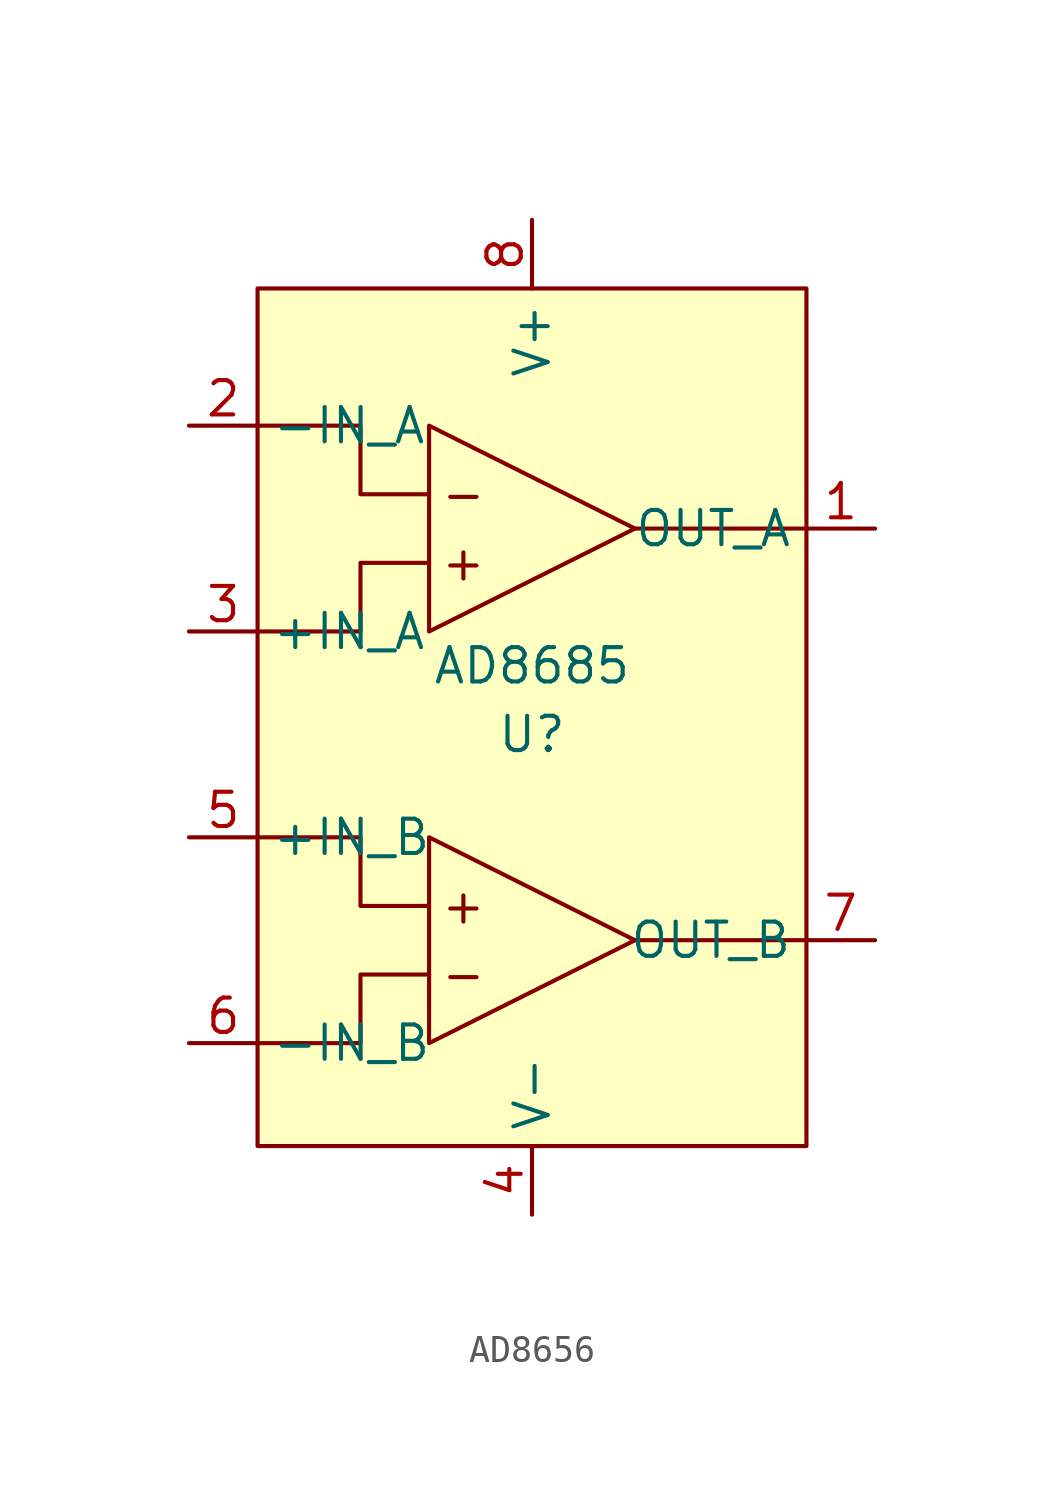
<source format=kicad_sym>
(kicad_symbol_lib
  (version 20220914)
  (generator kicad_symbol_editor)
  (symbol "AD8656"
    (property "Reference" "U"
      (at 0 0 0)
      (effects (font (size 1.27 1.27))))
    (property "Value" "AD8685"
      (at 0 2.54 0)
      (effects (font (size 1.27 1.27))))
    (symbol "AD8656_1_1"
      (rectangle (start -10.16 16.51) (end 10.16 -15.24) (stroke (width 0) (type default)) (fill (type background)))
      (polyline (pts (xy 3.81 -7.62) (xy 10.16 -7.62)) (stroke (width 0) (type default)) (fill (type none)))
      (polyline (pts (xy 3.81 7.62) (xy 10.16 7.62)) (stroke (width 0) (type default)) (fill (type none)))
      (polyline (pts (xy -10.16 -11.43) (xy -6.35 -11.43) (xy -6.35 -8.89) (xy -3.81 -8.89)) (stroke (width 0) (type default)) (fill (type none)))
      (polyline (pts (xy -10.16 -3.81) (xy -6.35 -3.81) (xy -6.35 -6.35) (xy -3.81 -6.35)) (stroke (width 0) (type default)) (fill (type none)))
      (polyline (pts (xy -10.16 3.81) (xy -6.35 3.81) (xy -6.35 6.35) (xy -3.81 6.35)) (stroke (width 0) (type default)) (fill (type none)))
      (polyline (pts (xy -10.16 11.43) (xy -6.35 11.43) (xy -6.35 8.89) (xy -3.81 8.89)) (stroke (width 0) (type default)) (fill (type none)))
      (polyline (pts (xy -3.81 -3.81) (xy -3.81 -11.43) (xy 3.81 -7.62) (xy -3.81 -3.81)) (stroke (width 0) (type default)) (fill (type none)))
      (polyline (pts (xy -3.81 11.43) (xy -3.81 3.81) (xy 3.81 7.62) (xy -3.81 11.43)) (stroke (width 0) (type default)) (fill (type none)))
      (text "+\n" (at -2.54 -6.35 0) (effects (font (size 1.27 1.27))))
      (text "+\n" (at -2.54 6.35 0) (effects (font (size 1.27 1.27))))
      (text "-\n" (at -2.54 -8.89 0) (effects (font (size 1.27 1.27))))
      (text "-\n" (at -2.54 8.89 0) (effects (font (size 1.27 1.27))))
      (pin output line (at 12.7 7.62 180) (length 2.54) (name "OUT_A" (effects (font (size 1.27 1.27)))) (number "1" (effects (font (size 1.27 1.27)))))
      (pin input line (at -12.7 11.43 0) (length 2.54) (name "-IN_A" (effects (font (size 1.27 1.27)))) (number "2" (effects (font (size 1.27 1.27)))))
      (pin input line (at -12.7 3.81 0) (length 2.54) (name "+IN_A" (effects (font (size 1.27 1.27)))) (number "3" (effects (font (size 1.27 1.27)))))
      (pin power_in line (at 0 -17.78 90) (length 2.54) (name "V-" (effects (font (size 1.27 1.27)))) (number "4" (effects (font (size 1.27 1.27)))))
      (pin input line (at -12.7 -3.81 0) (length 2.54) (name "+IN_B" (effects (font (size 1.27 1.27)))) (number "5" (effects (font (size 1.27 1.27)))))
      (pin input line (at -12.7 -11.43 0) (length 2.54) (name "-IN_B" (effects (font (size 1.27 1.27)))) (number "6" (effects (font (size 1.27 1.27)))))
      (pin output line (at 12.7 -7.62 180) (length 2.54) (name "OUT_B" (effects (font (size 1.27 1.27)))) (number "7" (effects (font (size 1.27 1.27)))))
      (pin power_in line (at 0 19.05 270) (length 2.54) (name "V+" (effects (font (size 1.27 1.27)))) (number "8" (effects (font (size 1.27 1.27))))))))
</source>
